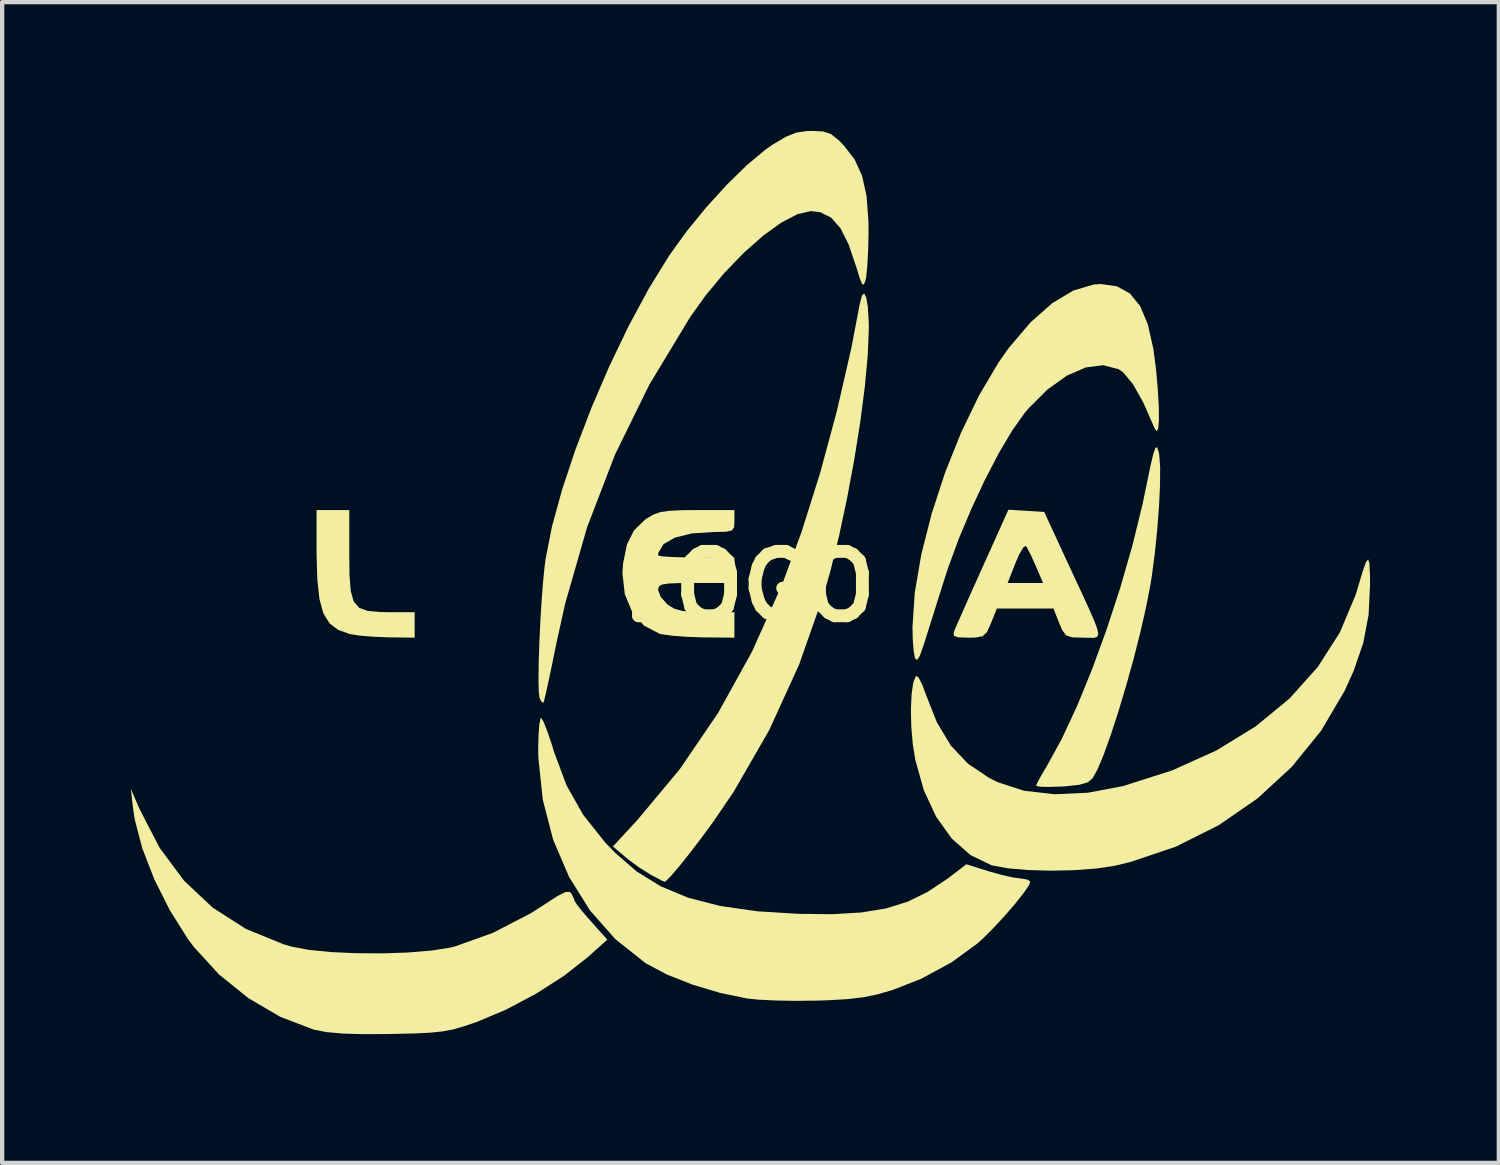
<source format=kicad_pcb>
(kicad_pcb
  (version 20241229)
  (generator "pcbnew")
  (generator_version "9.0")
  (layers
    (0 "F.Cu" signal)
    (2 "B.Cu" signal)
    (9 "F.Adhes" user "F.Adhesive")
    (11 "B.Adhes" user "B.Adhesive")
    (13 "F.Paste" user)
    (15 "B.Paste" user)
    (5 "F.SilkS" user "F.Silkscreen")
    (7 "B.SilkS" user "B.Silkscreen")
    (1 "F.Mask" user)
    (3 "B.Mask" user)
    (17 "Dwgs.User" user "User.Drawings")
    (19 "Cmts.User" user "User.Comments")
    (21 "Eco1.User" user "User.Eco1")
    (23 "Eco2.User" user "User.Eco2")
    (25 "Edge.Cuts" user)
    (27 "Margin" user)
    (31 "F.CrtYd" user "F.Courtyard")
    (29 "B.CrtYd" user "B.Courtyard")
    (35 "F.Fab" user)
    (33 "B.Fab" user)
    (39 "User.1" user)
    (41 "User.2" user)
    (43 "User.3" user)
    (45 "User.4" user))
  (footprint "LOGO"
    (layer "F.Cu")
    (at 14.401 10.619)
    (property "Reference" "LOGO" (at 0 0 0) (layer "F.SilkS") (effects (font (size 1.5 1.5) (thickness 0.3))))
    (attr board_only exclude_from_pos_files exclude_from_bom)
    (fp_poly (pts (xy -9.313 -0.765) (xy -9.307 -0.256) (xy -9.278 0.107) (xy -9.208 0.349) (xy -9.081 0.494) (xy -8.881 0.567) (xy -8.59 0.592) (xy -8.382 0.595) (xy -7.789 0.595) (xy -7.789 0.892) (xy -7.789 1.189) (xy -8.403 1.181) (xy -8.754 1.167) (xy -9.078 1.14) (xy -9.296 1.106) (xy -9.568 1.01) (xy -9.772 0.857) (xy -9.916 0.623) (xy -10.008 0.289) (xy -10.058 -0.169) (xy -10.075 -0.771) (xy -10.075 -0.828) (xy -10.075 -1.784) (xy -9.694 -1.784) (xy -9.313 -1.784)) (stroke (width 0) (type solid)) (fill yes) (layer "F.SilkS"))
    (fp_poly (pts (xy 2.732 -6.739) (xy 2.769 -6.522) (xy 2.79 -6.194) (xy 2.793 -6.018) (xy 2.769 -5.405) (xy 2.701 -4.667) (xy 2.594 -3.84) (xy 2.454 -2.962) (xy 2.288 -2.068) (xy 2.102 -1.195) (xy 1.902 -0.381) (xy 1.745 0.174) (xy 1.172 1.808) (xy 0.47 3.346) (xy -0.354 4.776) (xy -0.822 5.465) (xy -1.108 5.855) (xy -1.382 6.213) (xy -1.624 6.516) (xy -1.815 6.74) (xy -1.937 6.862) (xy -1.966 6.877) (xy -2.048 6.839) (xy -2.224 6.747) (xy -2.286 6.714) (xy -2.548 6.55) (xy -2.823 6.348) (xy -2.876 6.304) (xy -3.17 6.054) (xy -2.599 5.436) (xy -1.611 4.252) (xy -0.722 2.947) (xy 0.071 1.515) (xy 0.773 -0.052) (xy 1.225 -1.274) (xy 1.656 -2.641) (xy 2.049 -4.094) (xy 2.384 -5.553) (xy 2.58 -6.578) (xy 2.632 -6.782) (xy 2.685 -6.831)) (stroke (width 0) (type solid)) (fill yes) (layer "F.SilkS"))
    (fp_poly (pts (xy 9.547 -3.135) (xy 9.561 -3.058) (xy 9.581 -2.782) (xy 9.578 -2.377) (xy 9.555 -1.883) (xy 9.514 -1.341) (xy 9.458 -0.788) (xy 9.389 -0.265) (xy 9.354 -0.043) (xy 9.253 0.48) (xy 9.119 1.066) (xy 8.962 1.684) (xy 8.789 2.306) (xy 8.61 2.904) (xy 8.433 3.448) (xy 8.266 3.911) (xy 8.119 4.264) (xy 8.006 4.467) (xy 7.895 4.559) (xy 7.697 4.617) (xy 7.377 4.652) (xy 7.291 4.657) (xy 6.996 4.667) (xy 6.782 4.662) (xy 6.69 4.643) (xy 6.689 4.641) (xy 6.73 4.546) (xy 6.836 4.355) (xy 6.943 4.176) (xy 7.286 3.552) (xy 7.64 2.793) (xy 7.993 1.93) (xy 8.334 0.997) (xy 8.651 0.026) (xy 8.932 -0.951) (xy 9.166 -1.9) (xy 9.266 -2.379) (xy 9.355 -2.815) (xy 9.422 -3.096) (xy 9.472 -3.235) (xy 9.512 -3.244)) (stroke (width 0) (type solid)) (fill yes) (layer "F.SilkS"))
    (fp_poly (pts (xy 6.462 -1.767) (xy 6.88 -1.741) (xy 7.468 -0.467) (xy 7.724 0.083) (xy 7.915 0.497) (xy 8.045 0.794) (xy 8.119 0.993) (xy 8.139 1.113) (xy 8.109 1.173) (xy 8.034 1.193) (xy 7.916 1.192) (xy 7.787 1.189) (xy 7.533 1.182) (xy 7.39 1.136) (xy 7.3 1.016) (xy 7.229 0.849) (xy 7.094 0.51) (xy 6.435 0.51) (xy 5.776 0.51) (xy 5.64 0.849) (xy 5.546 1.058) (xy 5.443 1.157) (xy 5.268 1.187) (xy 5.114 1.189) (xy 4.878 1.181) (xy 4.776 1.145) (xy 4.771 1.065) (xy 4.78 1.041) (xy 4.832 0.917) (xy 4.942 0.667) (xy 5.096 0.319) (xy 5.277 -0.085) (xy 6.027 -0.085) (xy 6.439 -0.085) (xy 6.852 -0.085) (xy 6.68 -0.488) (xy 6.571 -0.73) (xy 6.482 -0.904) (xy 6.45 -0.952) (xy 6.391 -0.913) (xy 6.297 -0.752) (xy 6.209 -0.549) (xy 6.027 -0.085) (xy 5.277 -0.085) (xy 5.282 -0.097) (xy 5.441 -0.45) (xy 6.045 -1.792)) (stroke (width 0) (type solid)) (fill yes) (layer "F.SilkS"))
    (fp_poly (pts (xy 8.573 -6.998) (xy 8.875 -6.832) (xy 9.113 -6.541) (xy 9.293 -6.115) (xy 9.422 -5.543) (xy 9.486 -5.055) (xy 9.528 -4.574) (xy 9.55 -4.171) (xy 9.552 -3.866) (xy 9.534 -3.676) (xy 9.496 -3.621) (xy 9.449 -3.695) (xy 9.19 -4.286) (xy 8.946 -4.72) (xy 8.721 -4.991) (xy 8.617 -5.065) (xy 8.255 -5.16) (xy 7.845 -5.107) (xy 7.405 -4.915) (xy 6.954 -4.592) (xy 6.509 -4.147) (xy 6.421 -4.043) (xy 6.136 -3.642) (xy 5.822 -3.112) (xy 5.499 -2.491) (xy 5.182 -1.813) (xy 4.889 -1.115) (xy 4.638 -0.432) (xy 4.565 -0.207) (xy 4.421 0.248) (xy 4.282 0.69) (xy 4.162 1.07) (xy 4.076 1.341) (xy 4.072 1.355) (xy 3.982 1.609) (xy 3.918 1.71) (xy 3.87 1.673) (xy 3.868 1.667) (xy 3.838 1.507) (xy 3.817 1.237) (xy 3.81 0.937) (xy 3.864 0.134) (xy 4.017 -0.758) (xy 4.257 -1.7) (xy 4.569 -2.656) (xy 4.942 -3.587) (xy 5.361 -4.455) (xy 5.814 -5.222) (xy 6.057 -5.567) (xy 6.56 -6.157) (xy 7.063 -6.603) (xy 7.559 -6.9) (xy 8.035 -7.04) (xy 8.198 -7.051)) (stroke (width 0) (type solid)) (fill yes) (layer "F.SilkS"))
    (fp_poly (pts (xy -0.339 -1.529) (xy -0.346 -1.386) (xy -0.395 -1.31) (xy -0.526 -1.28) (xy -0.78 -1.274) (xy -0.826 -1.274) (xy -1.331 -1.24) (xy -1.724 -1.143) (xy -1.99 -0.991) (xy -2.111 -0.789) (xy -2.117 -0.728) (xy -2.038 -0.708) (xy -1.825 -0.692) (xy -1.512 -0.682) (xy -1.228 -0.68) (xy -0.339 -0.68) (xy -0.339 -0.382) (xy -0.339 -0.085) (xy -1.228 -0.085) (xy -1.625 -0.083) (xy -1.882 -0.072) (xy -2.03 -0.048) (xy -2.098 -0.004) (xy -2.116 0.064) (xy -2.117 0.079) (xy -2.054 0.242) (xy -1.902 0.412) (xy -1.894 0.419) (xy -1.742 0.513) (xy -1.552 0.567) (xy -1.275 0.591) (xy -1.005 0.595) (xy -0.339 0.595) (xy -0.339 0.892) (xy -0.339 1.189) (xy -1.079 1.182) (xy -1.452 1.169) (xy -1.791 1.143) (xy -2.037 1.109) (xy -2.083 1.097) (xy -2.445 0.909) (xy -2.719 0.594) (xy -2.892 0.179) (xy -2.948 -0.308) (xy -2.934 -0.533) (xy -2.844 -0.98) (xy -2.681 -1.308) (xy -2.423 -1.559) (xy -2.379 -1.59) (xy -2.227 -1.679) (xy -2.064 -1.737) (xy -1.848 -1.768) (xy -1.535 -1.782) (xy -1.215 -1.784) (xy -0.339 -1.784)) (stroke (width 0) (type solid)) (fill yes) (layer "F.SilkS"))
    (fp_poly (pts (xy -14.199 5.183) (xy -13.732 6.085) (xy -13.163 6.851) (xy -12.493 7.481) (xy -11.723 7.974) (xy -10.852 8.33) (xy -10.662 8.386) (xy -10.267 8.462) (xy -9.75 8.514) (xy -9.158 8.541) (xy -8.536 8.545) (xy -7.93 8.524) (xy -7.387 8.478) (xy -6.952 8.409) (xy -6.858 8.386) (xy -5.964 8.066) (xy -5.084 7.61) (xy -4.737 7.388) (xy -4.455 7.205) (xy -4.278 7.117) (xy -4.176 7.113) (xy -4.14 7.147) (xy -4.074 7.28) (xy -4.065 7.318) (xy -4.012 7.404) (xy -3.874 7.577) (xy -3.682 7.799) (xy -3.3 8.225) (xy -3.763 8.639) (xy -4.31 9.068) (xy -4.963 9.486) (xy -5.661 9.856) (xy -6.341 10.143) (xy -6.346 10.144) (xy -6.639 10.244) (xy -6.889 10.316) (xy -7.139 10.363) (xy -7.428 10.393) (xy -7.799 10.411) (xy -8.291 10.422) (xy -8.382 10.424) (xy -8.997 10.427) (xy -9.473 10.413) (xy -9.836 10.38) (xy -10.116 10.327) (xy -10.15 10.318) (xy -10.918 10.025) (xy -11.664 9.588) (xy -12.349 9.035) (xy -12.937 8.393) (xy -13.072 8.211) (xy -13.495 7.538) (xy -13.855 6.82) (xy -14.134 6.102) (xy -14.311 5.428) (xy -14.353 5.15) (xy -14.401 4.715)) (stroke (width 0) (type solid)) (fill yes) (layer "F.SilkS"))
    (fp_poly (pts (xy 14.456 -0.545) (xy 14.469 -0.297) (xy 14.472 -0.055) (xy 14.438 0.652) (xy 14.315 1.306) (xy 14.088 1.967) (xy 13.88 2.426) (xy 13.332 3.357) (xy 12.649 4.198) (xy 11.848 4.936) (xy 10.943 5.56) (xy 9.95 6.057) (xy 8.884 6.417) (xy 8.525 6.503) (xy 8.097 6.568) (xy 7.584 6.606) (xy 7.036 6.618) (xy 6.502 6.603) (xy 6.031 6.563) (xy 5.672 6.496) (xy 5.64 6.487) (xy 5.157 6.252) (xy 4.727 5.871) (xy 4.362 5.363) (xy 4.075 4.746) (xy 3.877 4.041) (xy 3.817 3.668) (xy 3.782 3.264) (xy 3.773 2.865) (xy 3.789 2.51) (xy 3.828 2.238) (xy 3.887 2.089) (xy 3.9 2.078) (xy 3.959 2.128) (xy 4.044 2.301) (xy 4.111 2.484) (xy 4.38 3.164) (xy 4.704 3.703) (xy 5.104 4.127) (xy 5.6 4.459) (xy 5.8 4.558) (xy 6.411 4.756) (xy 7.119 4.837) (xy 7.895 4.802) (xy 8.711 4.648) (xy 8.721 4.645) (xy 9.86 4.282) (xy 10.891 3.817) (xy 11.806 3.256) (xy 12.596 2.606) (xy 13.253 1.873) (xy 13.769 1.065) (xy 14.137 0.189) (xy 14.181 0.042) (xy 14.297 -0.345) (xy 14.377 -0.571) (xy 14.427 -0.637)) (stroke (width 0) (type solid)) (fill yes) (layer "F.SilkS"))
    (fp_poly (pts (xy -4.793 3.134) (xy -4.71 3.339) (xy -4.607 3.637) (xy -4.538 3.86) (xy -4.251 4.629) (xy -3.867 5.31) (xy -3.357 5.953) (xy -3.123 6.197) (xy -2.618 6.635) (xy -2.054 6.984) (xy -1.411 7.25) (xy -0.669 7.441) (xy 0.193 7.564) (xy 1.131 7.623) (xy 1.941 7.632) (xy 2.617 7.592) (xy 3.193 7.498) (xy 3.699 7.34) (xy 4.167 7.11) (xy 4.628 6.803) (xy 4.695 6.752) (xy 5.065 6.469) (xy 5.588 6.633) (xy 5.895 6.719) (xy 6.163 6.778) (xy 6.31 6.796) (xy 6.483 6.824) (xy 6.554 6.869) (xy 6.522 6.962) (xy 6.396 7.145) (xy 6.201 7.39) (xy 5.964 7.665) (xy 5.709 7.941) (xy 5.463 8.188) (xy 5.322 8.315) (xy 4.72 8.754) (xy 4.016 9.135) (xy 3.344 9.399) (xy 2.998 9.499) (xy 2.665 9.568) (xy 2.292 9.611) (xy 1.826 9.638) (xy 1.566 9.646) (xy 1.095 9.651) (xy 0.633 9.643) (xy 0.234 9.624) (xy -0.042 9.596) (xy -0.676 9.465) (xy -1.317 9.273) (xy -1.906 9.04) (xy -2.388 8.786) (xy -2.417 8.767) (xy -3.11 8.217) (xy -3.706 7.542) (xy -4.193 6.761) (xy -4.563 5.896) (xy -4.804 4.966) (xy -4.907 3.99) (xy -4.911 3.784) (xy -4.903 3.457) (xy -4.884 3.206) (xy -4.857 3.071) (xy -4.844 3.058)) (stroke (width 0) (type solid)) (fill yes) (layer "F.SilkS"))
    (fp_poly (pts (xy 1.728 -10.606) (xy 1.912 -10.544) (xy 2.091 -10.402) (xy 2.211 -10.279) (xy 2.463 -9.952) (xy 2.636 -9.571) (xy 2.74 -9.103) (xy 2.784 -8.518) (xy 2.786 -8.203) (xy 2.776 -7.815) (xy 2.757 -7.471) (xy 2.732 -7.22) (xy 2.716 -7.136) (xy 2.677 -7.039) (xy 2.636 -7.051) (xy 2.579 -7.192) (xy 2.505 -7.433) (xy 2.324 -7.969) (xy 2.132 -8.351) (xy 1.916 -8.597) (xy 1.662 -8.724) (xy 1.441 -8.75) (xy 1.132 -8.68) (xy 0.756 -8.484) (xy 0.334 -8.18) (xy -0.112 -7.786) (xy -0.563 -7.321) (xy -0.996 -6.803) (xy -1.367 -6.286) (xy -2.322 -4.705) (xy -3.122 -3.075) (xy -3.773 -1.379) (xy -4.283 0.398) (xy -4.49 1.333) (xy -4.582 1.788) (xy -4.665 2.181) (xy -4.732 2.484) (xy -4.776 2.668) (xy -4.79 2.709) (xy -4.841 2.672) (xy -4.879 2.593) (xy -4.898 2.448) (xy -4.904 2.167) (xy -4.899 1.785) (xy -4.885 1.334) (xy -4.863 0.85) (xy -4.834 0.366) (xy -4.8 -0.084) (xy -4.762 -0.466) (xy -4.74 -0.637) (xy -4.59 -1.401) (xy -4.352 -2.268) (xy -4.04 -3.202) (xy -3.669 -4.171) (xy -3.251 -5.141) (xy -2.801 -6.077) (xy -2.332 -6.947) (xy -1.859 -7.715) (xy -1.854 -7.721) (xy -1.452 -8.279) (xy -0.996 -8.837) (xy -0.518 -9.362) (xy -0.049 -9.821) (xy 0.38 -10.18) (xy 0.542 -10.293) (xy 0.854 -10.48) (xy 1.103 -10.58) (xy 1.357 -10.616) (xy 1.466 -10.619)) (stroke (width 0) (type solid)) (fill yes) (layer "F.SilkS")))
  (gr_rect
    (start -3 -3)
    (end 31.873 24.046)
    (stroke (width 0.1) (type default))
    (fill no)
    (layer "Edge.Cuts")))
</source>
